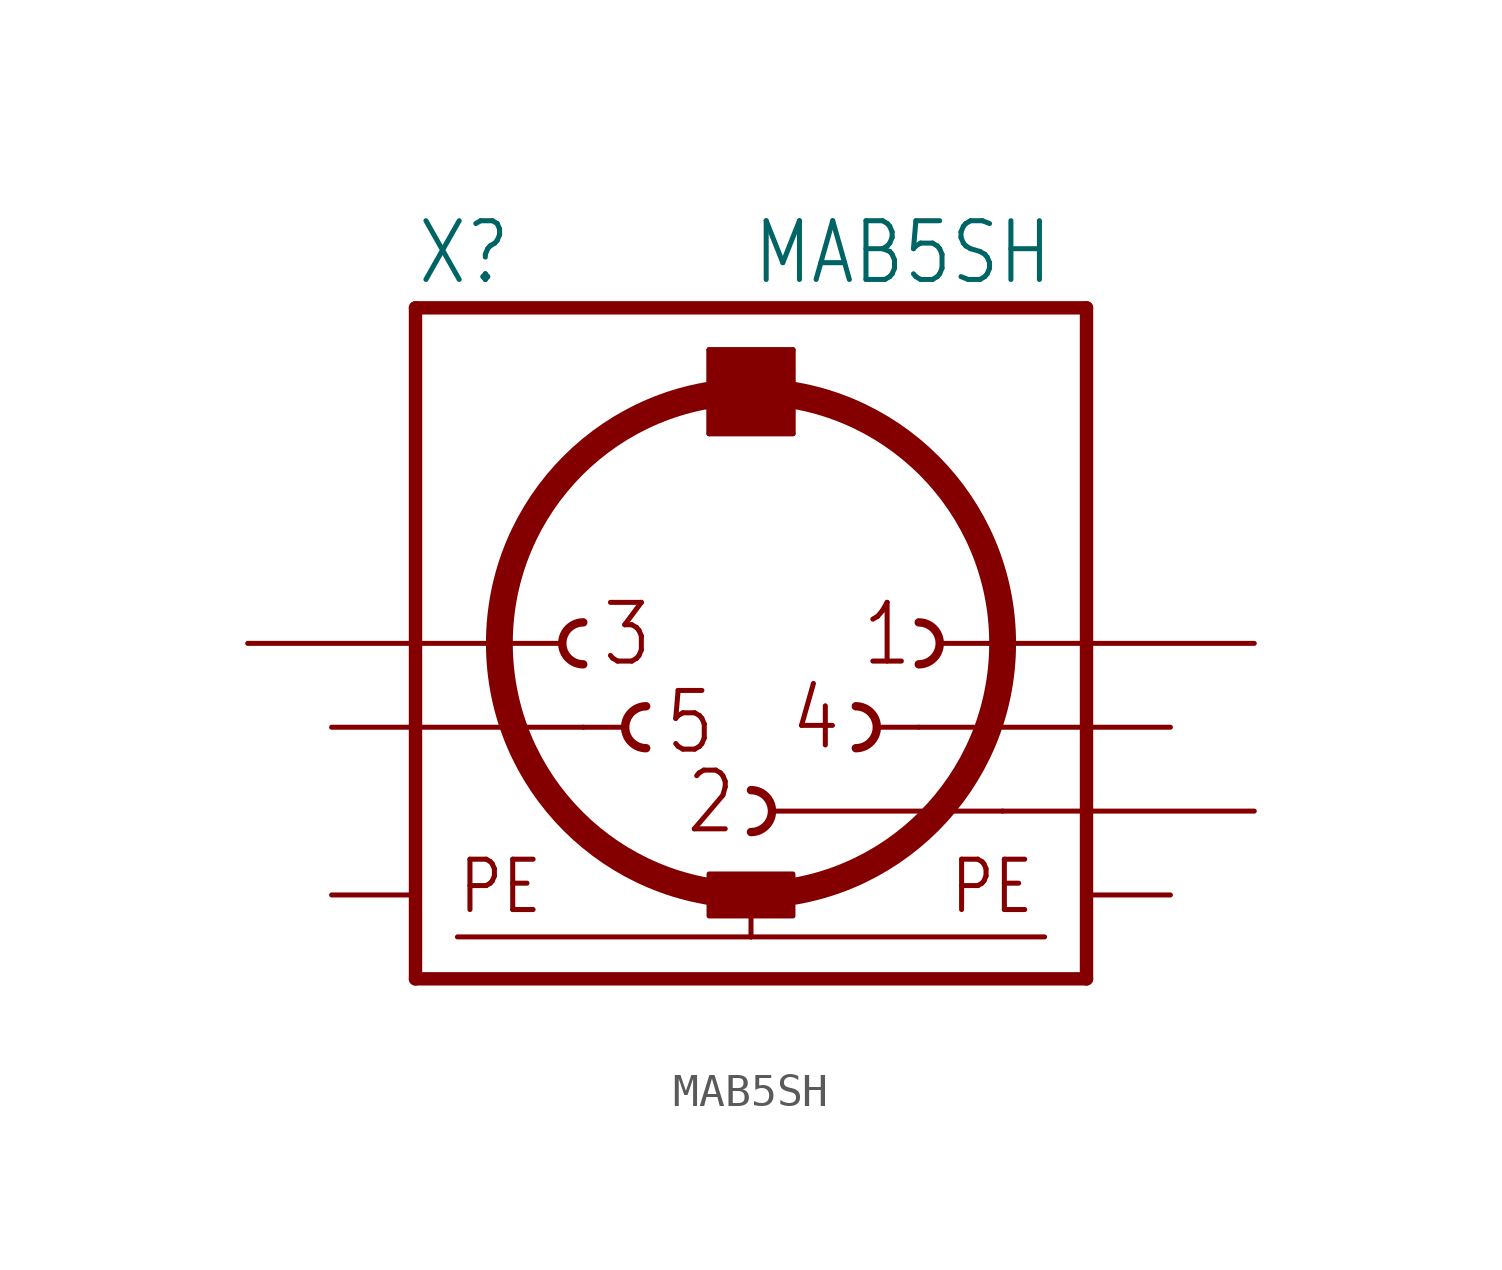
<source format=kicad_sym>
(kicad_symbol_lib
  (version 20220914)
  (generator kicad_symbol_editor)
  (symbol "MAB5SH"
    (property "Reference" "X"
      (at -10.16 10.795 0)
      (effects (font (size 1.778 1.511)) (justify left bottom)))
    (property "Value" "MAB5SH"
      (at 0 10.795 0)
      (effects (font (size 1.778 1.511)) (justify left bottom)))
    (property "ki_locked" ""
      (at 0 0 0)
      (effects (font (size 1.27 1.27))))
    (symbol "MAB5SH_1_0"
      (arc (start -5.08 0.635) (mid -5.7123 0) (end -5.08 -0.635) (stroke (width 0.254) (type default)) (fill (type none)))
      (arc (start -3.175 -1.905) (mid -3.8073 -2.54) (end -3.175 -3.175) (stroke (width 0.254) (type default)) (fill (type none)))
      (rectangle (start -1.27 -8.255) (end 1.27 -6.985) (stroke (width 0) (type default)) (fill (type outline)))
      (rectangle (start -1.27 6.35) (end 1.27 8.89) (stroke (width 0) (type default)) (fill (type outline)))
      (arc (start 0 -5.715) (mid 0.6323 -5.08) (end 0 -4.445) (stroke (width 0.254) (type default)) (fill (type none)))
      (polyline (pts (xy -10.16 -10.16) (xy -10.16 10.16)) (stroke (width 0.406) (type default)) (fill (type none)))
      (polyline (pts (xy -10.16 -10.16) (xy 10.16 -10.16)) (stroke (width 0.406) (type default)) (fill (type none)))
      (polyline (pts (xy -8.89 -8.89) (xy 0 -8.89)) (stroke (width 0.152) (type default)) (fill (type none)))
      (polyline (pts (xy -7.62 0) (xy -5.715 0)) (stroke (width 0.152) (type default)) (fill (type none)))
      (polyline (pts (xy -5.08 -2.54) (xy -3.81 -2.54)) (stroke (width 0.152) (type default)) (fill (type none)))
      (polyline (pts (xy -1.27 6.35) (xy -1.27 8.89)) (stroke (width 0.152) (type default)) (fill (type none)))
      (polyline (pts (xy -1.27 6.35) (xy 1.27 6.35)) (stroke (width 0.152) (type default)) (fill (type none)))
      (polyline (pts (xy -1.27 8.89) (xy 1.27 8.89)) (stroke (width 0.152) (type default)) (fill (type none)))
      (polyline (pts (xy 0 -8.89) (xy 0 -7.62)) (stroke (width 0.152) (type default)) (fill (type none)))
      (polyline (pts (xy 0 -8.89) (xy 8.89 -8.89)) (stroke (width 0.152) (type default)) (fill (type none)))
      (polyline (pts (xy 0.635 -5.08) (xy 7.62 -5.08)) (stroke (width 0.152) (type default)) (fill (type none)))
      (polyline (pts (xy 1.27 8.89) (xy 1.27 6.35)) (stroke (width 0.152) (type default)) (fill (type none)))
      (polyline (pts (xy 3.81 -2.54) (xy 5.08 -2.54)) (stroke (width 0.152) (type default)) (fill (type none)))
      (polyline (pts (xy 5.715 0) (xy 7.62 0)) (stroke (width 0.152) (type default)) (fill (type none)))
      (polyline (pts (xy 10.16 10.16) (xy -10.16 10.16)) (stroke (width 0.406) (type default)) (fill (type none)))
      (polyline (pts (xy 10.16 10.16) (xy 10.16 -10.16)) (stroke (width 0.406) (type default)) (fill (type none)))
      (circle (center 0 0) (radius 7.62) (stroke (width 0.813) (type default)) (fill (type none)))
      (arc (start 3.175 -3.175) (mid 3.8073 -2.54) (end 3.175 -1.905) (stroke (width 0.254) (type default)) (fill (type none)))
      (arc (start 5.08 -0.635) (mid 5.7123 0) (end 5.08 0.635) (stroke (width 0.254) (type default)) (fill (type none)))
      (text " PE " (at -9.906 -8.255 0) (effects (font (size 1.524 1.295)) (justify left bottom)))
      (text "1" (at 3.302 -0.762 0) (effects (font (size 1.778 1.511)) (justify left bottom)))
      (text "2" (at -2.032 -5.842 0) (effects (font (size 1.778 1.511)) (justify left bottom)))
      (text "3" (at -4.572 -0.762 0) (effects (font (size 1.778 1.511)) (justify left bottom)))
      (text "4" (at 1.143 -3.302 0) (effects (font (size 1.778 1.511)) (justify left bottom)))
      (text "5" (at -2.667 -3.429 0) (effects (font (size 1.778 1.511)) (justify left bottom)))
      (text "PE" (at 5.969 -8.255 0) (effects (font (size 1.524 1.295)) (justify left bottom)))
      (pin passive line (at 15.24 0 180) (length 7.62) (name "1" (effects (font (size 0 0)))) (number "1" (effects (font (size 0 0)))))
      (pin passive line (at 15.24 -5.08 180) (length 7.62) (name "2" (effects (font (size 0 0)))) (number "2" (effects (font (size 0 0)))))
      (pin passive line (at -15.24 0 0) (length 7.62) (name "3" (effects (font (size 0 0)))) (number "3" (effects (font (size 0 0)))))
      (pin passive line (at 12.7 -2.54 180) (length 7.62) (name "4" (effects (font (size 0 0)))) (number "4" (effects (font (size 0 0)))))
      (pin passive line (at -12.7 -2.54 0) (length 7.62) (name "5" (effects (font (size 0 0)))) (number "5" (effects (font (size 0 0)))))
      (pin power_in line (at 12.7 -7.62 180) (length 2.54) (name "PE" (effects (font (size 0 0)))) (number "PE" (effects (font (size 0 0)))))
      (pin power_in line (at -12.7 -7.62 0) (length 2.54) (name "PE@1" (effects (font (size 0 0)))) (number "PE@" (effects (font (size 0 0))))))))
</source>
